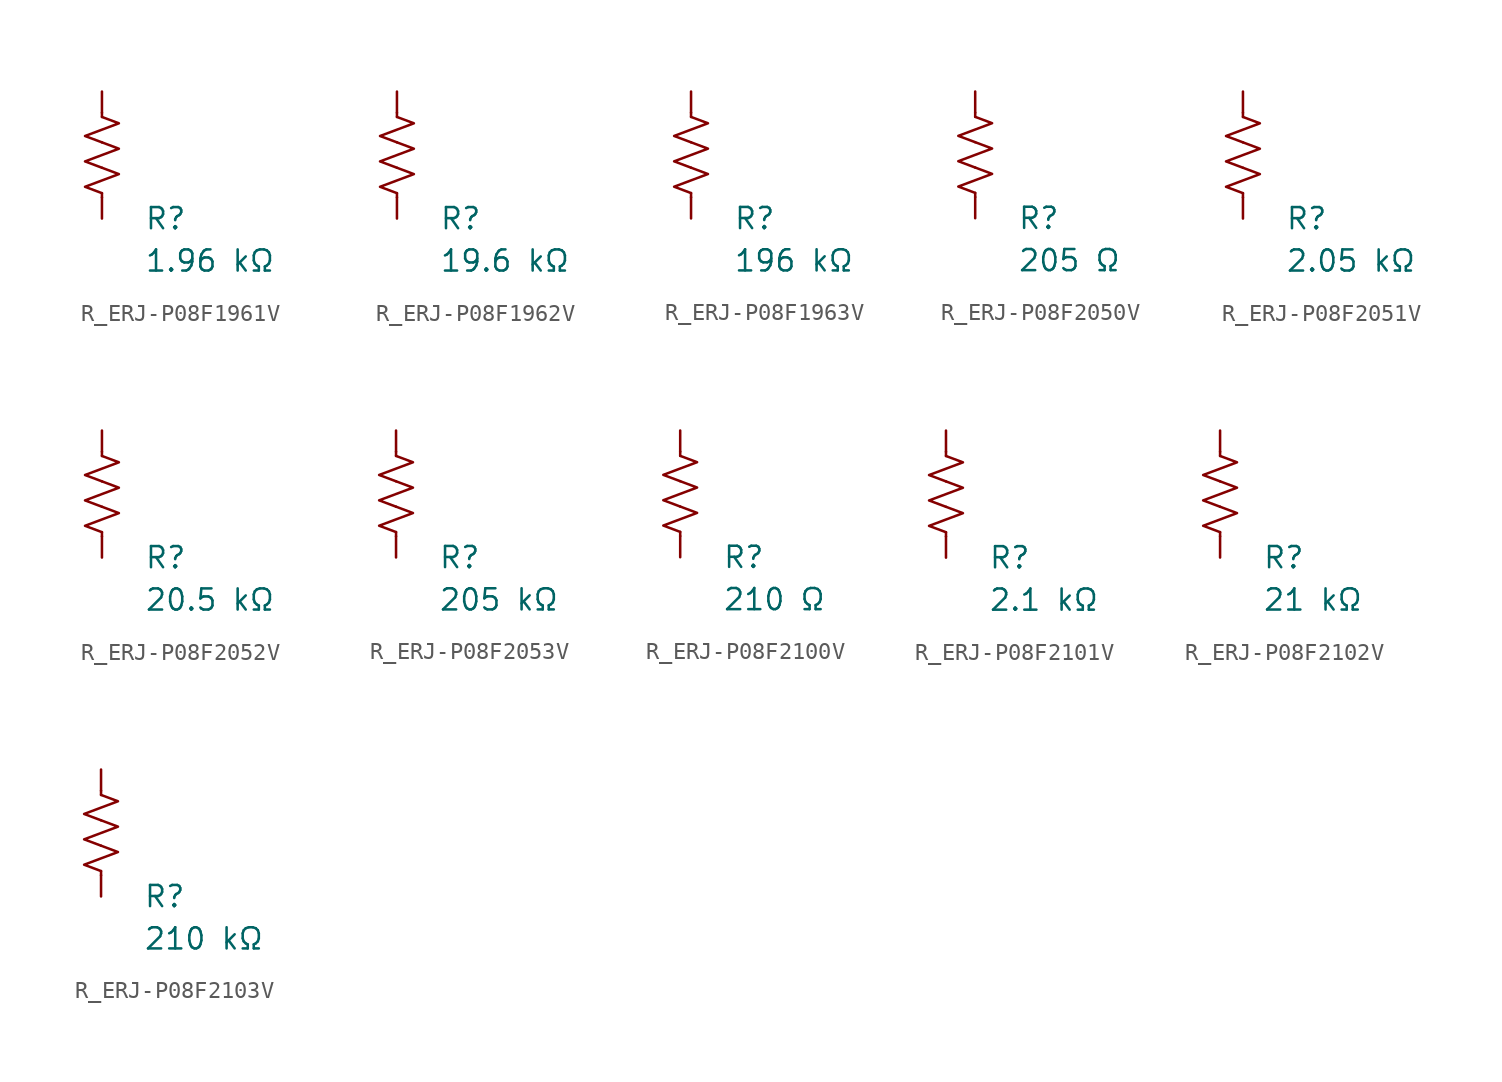
<source format=kicad_sym>
(kicad_symbol_lib
  (version 20231120)
  (generator "kicad_symbol_editor")
  (generator_version "8.0")
  (symbol "R_ERJ-P08F1961V"
    (pin_numbers hide)
    (pin_names
      (offset 0))
    (property "Reference" "R"
      (at 2.54 -3.81 0)
      (effects (font (size 1.27 1.27)) (justify left))
      (show_name no))
    (property "Value" "1.96 kΩ"
      (at 2.54 -6.35 0)
      (effects (font (size 1.27 1.27)) (justify left))
      (show_name no))
    (symbol "R_ERJ-P08F1961V_0_1"
      (polyline (pts (xy 0 -2.286) (xy 0 -2.54)) (stroke (width 0) (type default)) (fill (type none)))
      (polyline (pts (xy 0 2.286) (xy 0 2.54)) (stroke (width 0) (type default)) (fill (type none)))
      (polyline (pts (xy 0 -0.762) (xy 1.016 -1.143) (xy 0 -1.524) (xy -1.016 -1.905) (xy 0 -2.286)) (stroke (width 0) (type default)) (fill (type none)))
      (polyline (pts (xy 0 0.762) (xy 1.016 0.381) (xy 0 0) (xy -1.016 -0.381) (xy 0 -0.762)) (stroke (width 0) (type default)) (fill (type none)))
      (polyline (pts (xy 0 2.286) (xy 1.016 1.905) (xy 0 1.524) (xy -1.016 1.143) (xy 0 0.762)) (stroke (width 0) (type default)) (fill (type none))))
    (symbol "R_ERJ-P08F1961V_1_1"
      (pin passive line (at 0 3.81 270) (length 1.27) (name "~" (effects (font (size 1.27 1.27)))) (number "1" (effects (font (size 1.27 1.27)))))
      (pin passive line (at 0 -3.81 90) (length 1.27) (name "~" (effects (font (size 1.27 1.27)))) (number "2" (effects (font (size 1.27 1.27)))))))
  (symbol "R_ERJ-P08F1962V"
    (pin_numbers hide)
    (pin_names
      (offset 0))
    (property "Reference" "R"
      (at 2.54 -3.81 0)
      (effects (font (size 1.27 1.27)) (justify left))
      (show_name no))
    (property "Value" "19.6 kΩ"
      (at 2.54 -6.35 0)
      (effects (font (size 1.27 1.27)) (justify left))
      (show_name no))
    (symbol "R_ERJ-P08F1962V_0_1"
      (polyline (pts (xy 0 -2.286) (xy 0 -2.54)) (stroke (width 0) (type default)) (fill (type none)))
      (polyline (pts (xy 0 2.286) (xy 0 2.54)) (stroke (width 0) (type default)) (fill (type none)))
      (polyline (pts (xy 0 -0.762) (xy 1.016 -1.143) (xy 0 -1.524) (xy -1.016 -1.905) (xy 0 -2.286)) (stroke (width 0) (type default)) (fill (type none)))
      (polyline (pts (xy 0 0.762) (xy 1.016 0.381) (xy 0 0) (xy -1.016 -0.381) (xy 0 -0.762)) (stroke (width 0) (type default)) (fill (type none)))
      (polyline (pts (xy 0 2.286) (xy 1.016 1.905) (xy 0 1.524) (xy -1.016 1.143) (xy 0 0.762)) (stroke (width 0) (type default)) (fill (type none))))
    (symbol "R_ERJ-P08F1962V_1_1"
      (pin passive line (at 0 3.81 270) (length 1.27) (name "~" (effects (font (size 1.27 1.27)))) (number "1" (effects (font (size 1.27 1.27)))))
      (pin passive line (at 0 -3.81 90) (length 1.27) (name "~" (effects (font (size 1.27 1.27)))) (number "2" (effects (font (size 1.27 1.27)))))))
  (symbol "R_ERJ-P08F1963V"
    (pin_numbers hide)
    (pin_names
      (offset 0))
    (property "Reference" "R"
      (at 2.54 -3.81 0)
      (effects (font (size 1.27 1.27)) (justify left))
      (show_name no))
    (property "Value" "196 kΩ"
      (at 2.54 -6.35 0)
      (effects (font (size 1.27 1.27)) (justify left))
      (show_name no))
    (symbol "R_ERJ-P08F1963V_0_1"
      (polyline (pts (xy 0 -2.286) (xy 0 -2.54)) (stroke (width 0) (type default)) (fill (type none)))
      (polyline (pts (xy 0 2.286) (xy 0 2.54)) (stroke (width 0) (type default)) (fill (type none)))
      (polyline (pts (xy 0 -0.762) (xy 1.016 -1.143) (xy 0 -1.524) (xy -1.016 -1.905) (xy 0 -2.286)) (stroke (width 0) (type default)) (fill (type none)))
      (polyline (pts (xy 0 0.762) (xy 1.016 0.381) (xy 0 0) (xy -1.016 -0.381) (xy 0 -0.762)) (stroke (width 0) (type default)) (fill (type none)))
      (polyline (pts (xy 0 2.286) (xy 1.016 1.905) (xy 0 1.524) (xy -1.016 1.143) (xy 0 0.762)) (stroke (width 0) (type default)) (fill (type none))))
    (symbol "R_ERJ-P08F1963V_1_1"
      (pin passive line (at 0 3.81 270) (length 1.27) (name "~" (effects (font (size 1.27 1.27)))) (number "1" (effects (font (size 1.27 1.27)))))
      (pin passive line (at 0 -3.81 90) (length 1.27) (name "~" (effects (font (size 1.27 1.27)))) (number "2" (effects (font (size 1.27 1.27)))))))
  (symbol "R_ERJ-P08F2050V"
    (pin_numbers hide)
    (pin_names
      (offset 0))
    (property "Reference" "R"
      (at 2.54 -3.81 0)
      (effects (font (size 1.27 1.27)) (justify left))
      (show_name no))
    (property "Value" "205 Ω"
      (at 2.54 -6.35 0)
      (effects (font (size 1.27 1.27)) (justify left))
      (show_name no))
    (symbol "R_ERJ-P08F2050V_0_1"
      (polyline (pts (xy 0 -2.286) (xy 0 -2.54)) (stroke (width 0) (type default)) (fill (type none)))
      (polyline (pts (xy 0 2.286) (xy 0 2.54)) (stroke (width 0) (type default)) (fill (type none)))
      (polyline (pts (xy 0 -0.762) (xy 1.016 -1.143) (xy 0 -1.524) (xy -1.016 -1.905) (xy 0 -2.286)) (stroke (width 0) (type default)) (fill (type none)))
      (polyline (pts (xy 0 0.762) (xy 1.016 0.381) (xy 0 0) (xy -1.016 -0.381) (xy 0 -0.762)) (stroke (width 0) (type default)) (fill (type none)))
      (polyline (pts (xy 0 2.286) (xy 1.016 1.905) (xy 0 1.524) (xy -1.016 1.143) (xy 0 0.762)) (stroke (width 0) (type default)) (fill (type none))))
    (symbol "R_ERJ-P08F2050V_1_1"
      (pin passive line (at 0 3.81 270) (length 1.27) (name "~" (effects (font (size 1.27 1.27)))) (number "1" (effects (font (size 1.27 1.27)))))
      (pin passive line (at 0 -3.81 90) (length 1.27) (name "~" (effects (font (size 1.27 1.27)))) (number "2" (effects (font (size 1.27 1.27)))))))
  (symbol "R_ERJ-P08F2051V"
    (pin_numbers hide)
    (pin_names
      (offset 0))
    (property "Reference" "R"
      (at 2.54 -3.81 0)
      (effects (font (size 1.27 1.27)) (justify left))
      (show_name no))
    (property "Value" "2.05 kΩ"
      (at 2.54 -6.35 0)
      (effects (font (size 1.27 1.27)) (justify left))
      (show_name no))
    (symbol "R_ERJ-P08F2051V_0_1"
      (polyline (pts (xy 0 -2.286) (xy 0 -2.54)) (stroke (width 0) (type default)) (fill (type none)))
      (polyline (pts (xy 0 2.286) (xy 0 2.54)) (stroke (width 0) (type default)) (fill (type none)))
      (polyline (pts (xy 0 -0.762) (xy 1.016 -1.143) (xy 0 -1.524) (xy -1.016 -1.905) (xy 0 -2.286)) (stroke (width 0) (type default)) (fill (type none)))
      (polyline (pts (xy 0 0.762) (xy 1.016 0.381) (xy 0 0) (xy -1.016 -0.381) (xy 0 -0.762)) (stroke (width 0) (type default)) (fill (type none)))
      (polyline (pts (xy 0 2.286) (xy 1.016 1.905) (xy 0 1.524) (xy -1.016 1.143) (xy 0 0.762)) (stroke (width 0) (type default)) (fill (type none))))
    (symbol "R_ERJ-P08F2051V_1_1"
      (pin passive line (at 0 3.81 270) (length 1.27) (name "~" (effects (font (size 1.27 1.27)))) (number "1" (effects (font (size 1.27 1.27)))))
      (pin passive line (at 0 -3.81 90) (length 1.27) (name "~" (effects (font (size 1.27 1.27)))) (number "2" (effects (font (size 1.27 1.27)))))))
  (symbol "R_ERJ-P08F2052V"
    (pin_numbers hide)
    (pin_names
      (offset 0))
    (property "Reference" "R"
      (at 2.54 -3.81 0)
      (effects (font (size 1.27 1.27)) (justify left))
      (show_name no))
    (property "Value" "20.5 kΩ"
      (at 2.54 -6.35 0)
      (effects (font (size 1.27 1.27)) (justify left))
      (show_name no))
    (symbol "R_ERJ-P08F2052V_0_1"
      (polyline (pts (xy 0 -2.286) (xy 0 -2.54)) (stroke (width 0) (type default)) (fill (type none)))
      (polyline (pts (xy 0 2.286) (xy 0 2.54)) (stroke (width 0) (type default)) (fill (type none)))
      (polyline (pts (xy 0 -0.762) (xy 1.016 -1.143) (xy 0 -1.524) (xy -1.016 -1.905) (xy 0 -2.286)) (stroke (width 0) (type default)) (fill (type none)))
      (polyline (pts (xy 0 0.762) (xy 1.016 0.381) (xy 0 0) (xy -1.016 -0.381) (xy 0 -0.762)) (stroke (width 0) (type default)) (fill (type none)))
      (polyline (pts (xy 0 2.286) (xy 1.016 1.905) (xy 0 1.524) (xy -1.016 1.143) (xy 0 0.762)) (stroke (width 0) (type default)) (fill (type none))))
    (symbol "R_ERJ-P08F2052V_1_1"
      (pin passive line (at 0 3.81 270) (length 1.27) (name "~" (effects (font (size 1.27 1.27)))) (number "1" (effects (font (size 1.27 1.27)))))
      (pin passive line (at 0 -3.81 90) (length 1.27) (name "~" (effects (font (size 1.27 1.27)))) (number "2" (effects (font (size 1.27 1.27)))))))
  (symbol "R_ERJ-P08F2053V"
    (pin_numbers hide)
    (pin_names
      (offset 0))
    (property "Reference" "R"
      (at 2.54 -3.81 0)
      (effects (font (size 1.27 1.27)) (justify left))
      (show_name no))
    (property "Value" "205 kΩ"
      (at 2.54 -6.35 0)
      (effects (font (size 1.27 1.27)) (justify left))
      (show_name no))
    (symbol "R_ERJ-P08F2053V_0_1"
      (polyline (pts (xy 0 -2.286) (xy 0 -2.54)) (stroke (width 0) (type default)) (fill (type none)))
      (polyline (pts (xy 0 2.286) (xy 0 2.54)) (stroke (width 0) (type default)) (fill (type none)))
      (polyline (pts (xy 0 -0.762) (xy 1.016 -1.143) (xy 0 -1.524) (xy -1.016 -1.905) (xy 0 -2.286)) (stroke (width 0) (type default)) (fill (type none)))
      (polyline (pts (xy 0 0.762) (xy 1.016 0.381) (xy 0 0) (xy -1.016 -0.381) (xy 0 -0.762)) (stroke (width 0) (type default)) (fill (type none)))
      (polyline (pts (xy 0 2.286) (xy 1.016 1.905) (xy 0 1.524) (xy -1.016 1.143) (xy 0 0.762)) (stroke (width 0) (type default)) (fill (type none))))
    (symbol "R_ERJ-P08F2053V_1_1"
      (pin passive line (at 0 3.81 270) (length 1.27) (name "~" (effects (font (size 1.27 1.27)))) (number "1" (effects (font (size 1.27 1.27)))))
      (pin passive line (at 0 -3.81 90) (length 1.27) (name "~" (effects (font (size 1.27 1.27)))) (number "2" (effects (font (size 1.27 1.27)))))))
  (symbol "R_ERJ-P08F2100V"
    (pin_numbers hide)
    (pin_names
      (offset 0))
    (property "Reference" "R"
      (at 2.54 -3.81 0)
      (effects (font (size 1.27 1.27)) (justify left))
      (show_name no))
    (property "Value" "210 Ω"
      (at 2.54 -6.35 0)
      (effects (font (size 1.27 1.27)) (justify left))
      (show_name no))
    (symbol "R_ERJ-P08F2100V_0_1"
      (polyline (pts (xy 0 -2.286) (xy 0 -2.54)) (stroke (width 0) (type default)) (fill (type none)))
      (polyline (pts (xy 0 2.286) (xy 0 2.54)) (stroke (width 0) (type default)) (fill (type none)))
      (polyline (pts (xy 0 -0.762) (xy 1.016 -1.143) (xy 0 -1.524) (xy -1.016 -1.905) (xy 0 -2.286)) (stroke (width 0) (type default)) (fill (type none)))
      (polyline (pts (xy 0 0.762) (xy 1.016 0.381) (xy 0 0) (xy -1.016 -0.381) (xy 0 -0.762)) (stroke (width 0) (type default)) (fill (type none)))
      (polyline (pts (xy 0 2.286) (xy 1.016 1.905) (xy 0 1.524) (xy -1.016 1.143) (xy 0 0.762)) (stroke (width 0) (type default)) (fill (type none))))
    (symbol "R_ERJ-P08F2100V_1_1"
      (pin passive line (at 0 3.81 270) (length 1.27) (name "~" (effects (font (size 1.27 1.27)))) (number "1" (effects (font (size 1.27 1.27)))))
      (pin passive line (at 0 -3.81 90) (length 1.27) (name "~" (effects (font (size 1.27 1.27)))) (number "2" (effects (font (size 1.27 1.27)))))))
  (symbol "R_ERJ-P08F2101V"
    (pin_numbers hide)
    (pin_names
      (offset 0))
    (property "Reference" "R"
      (at 2.54 -3.81 0)
      (effects (font (size 1.27 1.27)) (justify left))
      (show_name no))
    (property "Value" "2.1 kΩ"
      (at 2.54 -6.35 0)
      (effects (font (size 1.27 1.27)) (justify left))
      (show_name no))
    (symbol "R_ERJ-P08F2101V_0_1"
      (polyline (pts (xy 0 -2.286) (xy 0 -2.54)) (stroke (width 0) (type default)) (fill (type none)))
      (polyline (pts (xy 0 2.286) (xy 0 2.54)) (stroke (width 0) (type default)) (fill (type none)))
      (polyline (pts (xy 0 -0.762) (xy 1.016 -1.143) (xy 0 -1.524) (xy -1.016 -1.905) (xy 0 -2.286)) (stroke (width 0) (type default)) (fill (type none)))
      (polyline (pts (xy 0 0.762) (xy 1.016 0.381) (xy 0 0) (xy -1.016 -0.381) (xy 0 -0.762)) (stroke (width 0) (type default)) (fill (type none)))
      (polyline (pts (xy 0 2.286) (xy 1.016 1.905) (xy 0 1.524) (xy -1.016 1.143) (xy 0 0.762)) (stroke (width 0) (type default)) (fill (type none))))
    (symbol "R_ERJ-P08F2101V_1_1"
      (pin passive line (at 0 3.81 270) (length 1.27) (name "~" (effects (font (size 1.27 1.27)))) (number "1" (effects (font (size 1.27 1.27)))))
      (pin passive line (at 0 -3.81 90) (length 1.27) (name "~" (effects (font (size 1.27 1.27)))) (number "2" (effects (font (size 1.27 1.27)))))))
  (symbol "R_ERJ-P08F2102V"
    (pin_numbers hide)
    (pin_names
      (offset 0))
    (property "Reference" "R"
      (at 2.54 -3.81 0)
      (effects (font (size 1.27 1.27)) (justify left))
      (show_name no))
    (property "Value" "21 kΩ"
      (at 2.54 -6.35 0)
      (effects (font (size 1.27 1.27)) (justify left))
      (show_name no))
    (symbol "R_ERJ-P08F2102V_0_1"
      (polyline (pts (xy 0 -2.286) (xy 0 -2.54)) (stroke (width 0) (type default)) (fill (type none)))
      (polyline (pts (xy 0 2.286) (xy 0 2.54)) (stroke (width 0) (type default)) (fill (type none)))
      (polyline (pts (xy 0 -0.762) (xy 1.016 -1.143) (xy 0 -1.524) (xy -1.016 -1.905) (xy 0 -2.286)) (stroke (width 0) (type default)) (fill (type none)))
      (polyline (pts (xy 0 0.762) (xy 1.016 0.381) (xy 0 0) (xy -1.016 -0.381) (xy 0 -0.762)) (stroke (width 0) (type default)) (fill (type none)))
      (polyline (pts (xy 0 2.286) (xy 1.016 1.905) (xy 0 1.524) (xy -1.016 1.143) (xy 0 0.762)) (stroke (width 0) (type default)) (fill (type none))))
    (symbol "R_ERJ-P08F2102V_1_1"
      (pin passive line (at 0 3.81 270) (length 1.27) (name "~" (effects (font (size 1.27 1.27)))) (number "1" (effects (font (size 1.27 1.27)))))
      (pin passive line (at 0 -3.81 90) (length 1.27) (name "~" (effects (font (size 1.27 1.27)))) (number "2" (effects (font (size 1.27 1.27)))))))
  (symbol "R_ERJ-P08F2103V"
    (pin_numbers hide)
    (pin_names
      (offset 0))
    (property "Reference" "R"
      (at 2.54 -3.81 0)
      (effects (font (size 1.27 1.27)) (justify left))
      (show_name no))
    (property "Value" "210 kΩ"
      (at 2.54 -6.35 0)
      (effects (font (size 1.27 1.27)) (justify left))
      (show_name no))
    (symbol "R_ERJ-P08F2103V_0_1"
      (polyline (pts (xy 0 -2.286) (xy 0 -2.54)) (stroke (width 0) (type default)) (fill (type none)))
      (polyline (pts (xy 0 2.286) (xy 0 2.54)) (stroke (width 0) (type default)) (fill (type none)))
      (polyline (pts (xy 0 -0.762) (xy 1.016 -1.143) (xy 0 -1.524) (xy -1.016 -1.905) (xy 0 -2.286)) (stroke (width 0) (type default)) (fill (type none)))
      (polyline (pts (xy 0 0.762) (xy 1.016 0.381) (xy 0 0) (xy -1.016 -0.381) (xy 0 -0.762)) (stroke (width 0) (type default)) (fill (type none)))
      (polyline (pts (xy 0 2.286) (xy 1.016 1.905) (xy 0 1.524) (xy -1.016 1.143) (xy 0 0.762)) (stroke (width 0) (type default)) (fill (type none))))
    (symbol "R_ERJ-P08F2103V_1_1"
      (pin passive line (at 0 3.81 270) (length 1.27) (name "~" (effects (font (size 1.27 1.27)))) (number "1" (effects (font (size 1.27 1.27)))))
      (pin passive line (at 0 -3.81 90) (length 1.27) (name "~" (effects (font (size 1.27 1.27)))) (number "2" (effects (font (size 1.27 1.27))))))))
</source>
